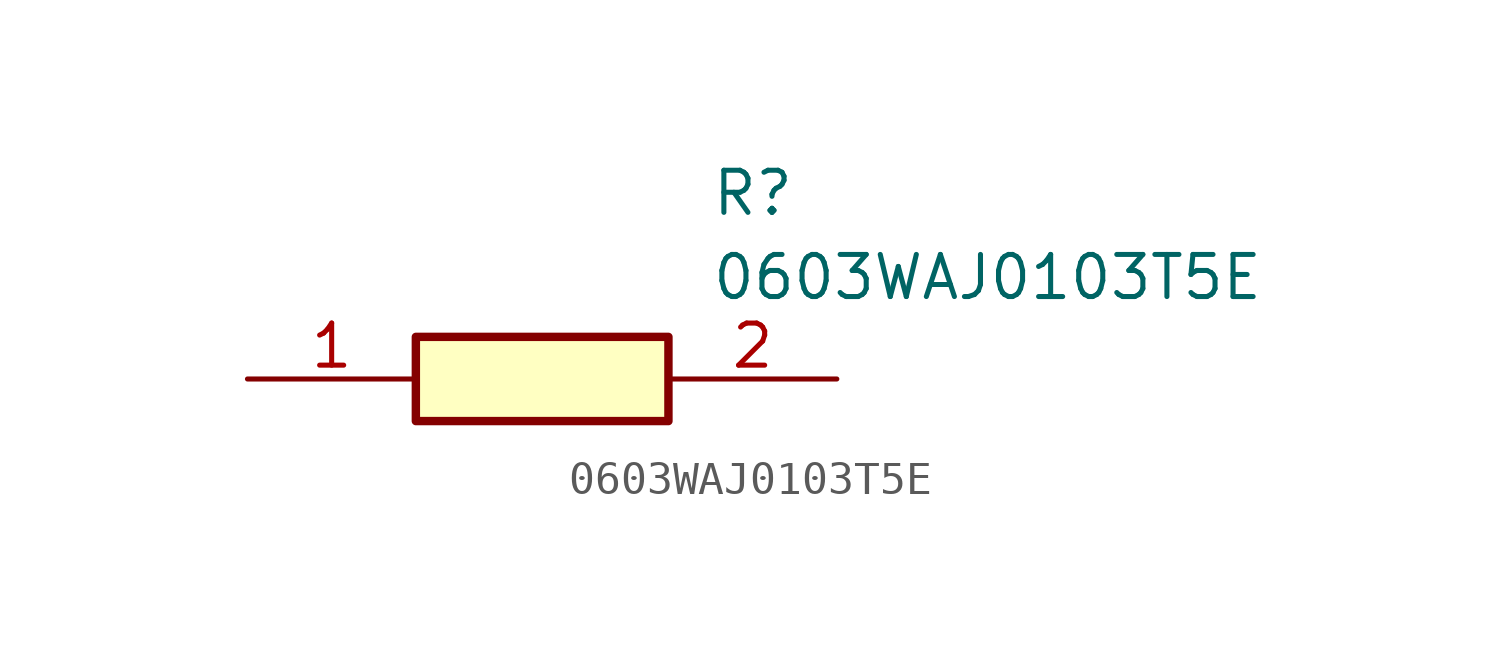
<source format=kicad_sym>
(kicad_symbol_lib
  (version 20211014)
  (generator SamacSys_ECAD_Model)
  (symbol "0603WAJ0103T5E"
    (pin_names hide)
    (property "Reference" "R"
      (at 13.97 6.35 0)
      (effects (font (size 1.27 1.27)) (justify left top)))
    (property "Value" "0603WAJ0103T5E"
      (at 13.97 3.81 0)
      (effects (font (size 1.27 1.27)) (justify left top)))
    (rectangle
      (start 5.08 1.27)
      (end 12.7 -1.27)
      (stroke (width 0.254) (type default))
      (fill (type background)))
    (pin passive line
      (at 0 0 0)
      (length 5.08)
      (name "1" (effects (font (size 1.27 1.27))))
      (number "1" (effects (font (size 1.27 1.27)))))
    (pin passive line
      (at 17.78 0 180)
      (length 5.08)
      (name "2" (effects (font (size 1.27 1.27))))
      (number "2" (effects (font (size 1.27 1.27)))))))
</source>
